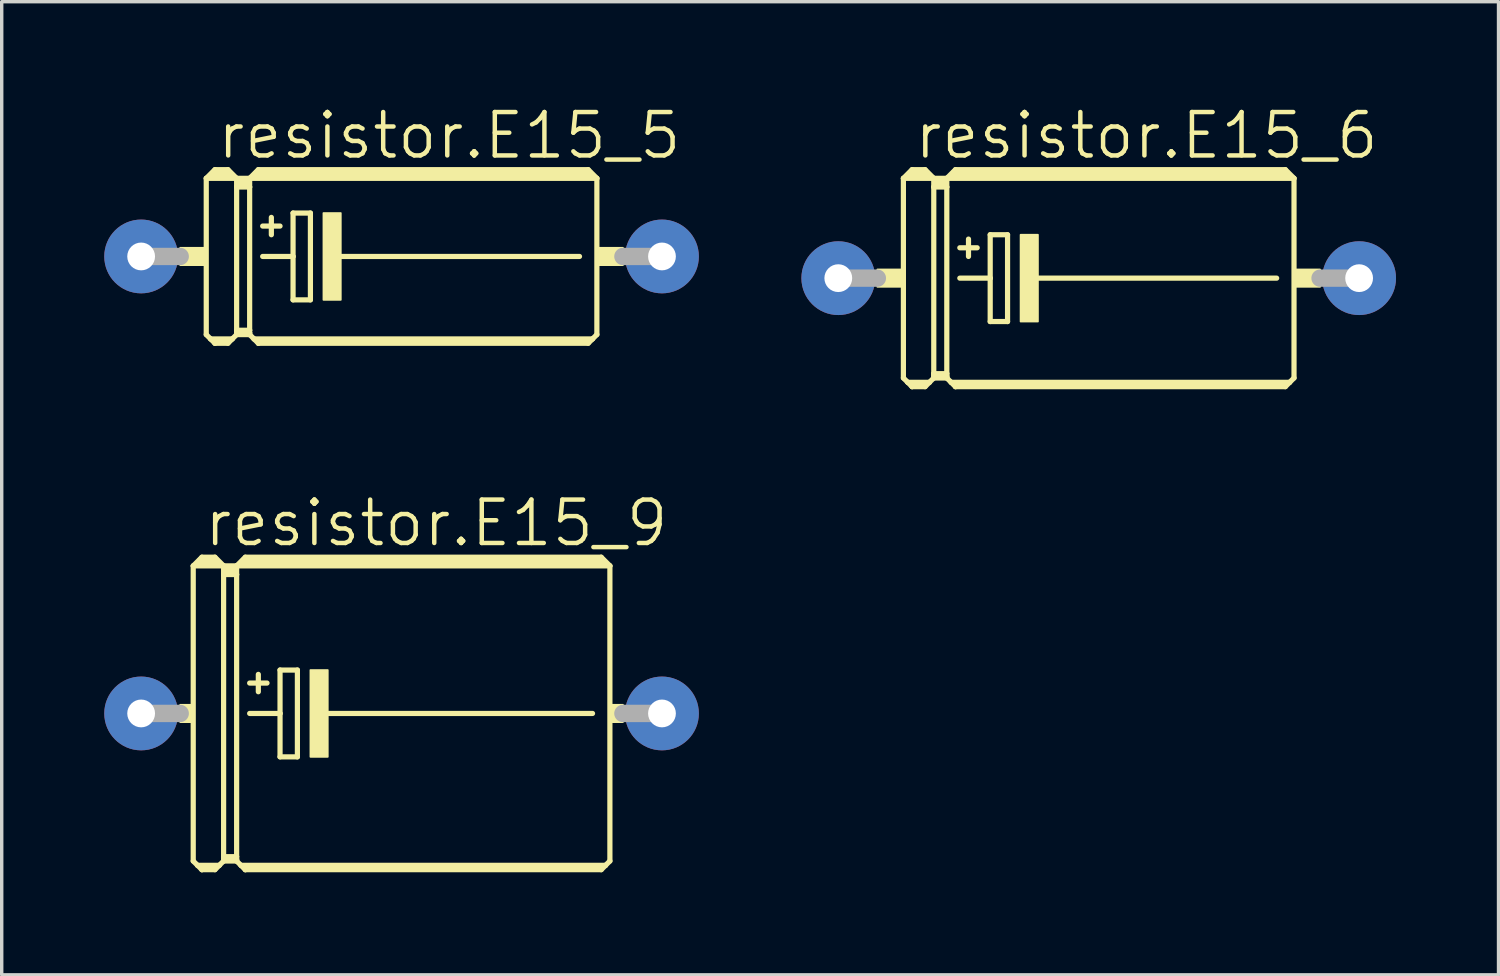
<source format=kicad_pcb>
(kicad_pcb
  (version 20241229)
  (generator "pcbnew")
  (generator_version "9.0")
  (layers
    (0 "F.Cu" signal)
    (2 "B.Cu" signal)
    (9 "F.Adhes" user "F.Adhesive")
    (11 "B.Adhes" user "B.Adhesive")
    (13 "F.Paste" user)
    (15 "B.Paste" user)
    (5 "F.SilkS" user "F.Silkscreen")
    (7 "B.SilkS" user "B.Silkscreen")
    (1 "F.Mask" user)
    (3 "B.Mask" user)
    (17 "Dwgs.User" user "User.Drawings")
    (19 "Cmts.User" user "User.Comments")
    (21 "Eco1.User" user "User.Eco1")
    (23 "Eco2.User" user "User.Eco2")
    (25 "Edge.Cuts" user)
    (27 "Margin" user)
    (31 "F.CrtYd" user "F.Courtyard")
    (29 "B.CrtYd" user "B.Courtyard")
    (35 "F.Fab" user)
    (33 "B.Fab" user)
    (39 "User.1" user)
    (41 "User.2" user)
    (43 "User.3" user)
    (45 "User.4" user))
  (footprint "resistor.E15_6"
    (layer "F.Cu")
    (at 29.099 5.089)
    (property "Reference" "resistor.E15_6" (at -5.461 -3.429 0) (layer "F.SilkS") (effects (font (size 1.27 1.27) (thickness 0.13)) (justify left bottom)))
    (attr through_hole)
    (fp_line (start -5.715 -2.921) (end -4.826 -2.921) (stroke (width 0.152) (type default)) (layer "F.SilkS"))
    (fp_line (start -5.715 2.921) (end -5.715 -2.921) (stroke (width 0.152) (type default)) (layer "F.SilkS"))
    (fp_line (start -5.715 2.921) (end -5.588 3.048) (stroke (width 0.152) (type default)) (layer "F.SilkS"))
    (fp_line (start -5.588 3.048) (end -5.461 3.175) (stroke (width 0.152) (type default)) (layer "F.SilkS"))
    (fp_line (start -5.588 3.048) (end -4.953 3.048) (stroke (width 0.152) (type default)) (layer "F.SilkS"))
    (fp_line (start -5.461 -3.175) (end -5.715 -2.921) (stroke (width 0.152) (type default)) (layer "F.SilkS"))
    (fp_line (start -5.461 -3.175) (end -5.08 -3.175) (stroke (width 0.152) (type default)) (layer "F.SilkS"))
    (fp_line (start -5.461 -3.048) (end -5.08 -3.048) (stroke (width 0.305) (type default)) (layer "F.SilkS"))
    (fp_line (start -5.461 3.124) (end -5.461 3.175) (stroke (width 0.152) (type default)) (layer "F.SilkS"))
    (fp_line (start -5.461 3.175) (end -5.08 3.175) (stroke (width 0.152) (type default)) (layer "F.SilkS"))
    (fp_line (start -5.08 -3.175) (end -4.826 -2.921) (stroke (width 0.152) (type default)) (layer "F.SilkS"))
    (fp_line (start -5.08 3.124) (end -5.461 3.124) (stroke (width 0.152) (type default)) (layer "F.SilkS"))
    (fp_line (start -5.08 3.175) (end -4.953 3.048) (stroke (width 0.152) (type default)) (layer "F.SilkS"))
    (fp_line (start -4.953 3.048) (end -4.826 2.921) (stroke (width 0.152) (type default)) (layer "F.SilkS"))
    (fp_line (start -4.826 -2.921) (end -4.826 -2.667) (stroke (width 0.152) (type default)) (layer "F.SilkS"))
    (fp_line (start -4.826 -2.921) (end -4.445 -2.921) (stroke (width 0.152) (type default)) (layer "F.SilkS"))
    (fp_line (start -4.826 -2.667) (end -4.826 2.794) (stroke (width 0.152) (type default)) (layer "F.SilkS"))
    (fp_line (start -4.826 -2.667) (end -4.445 -2.667) (stroke (width 0.152) (type default)) (layer "F.SilkS"))
    (fp_line (start -4.826 2.794) (end -4.826 2.87) (stroke (width 0.152) (type default)) (layer "F.SilkS"))
    (fp_line (start -4.826 2.794) (end -4.445 2.794) (stroke (width 0.152) (type default)) (layer "F.SilkS"))
    (fp_line (start -4.826 2.87) (end -4.826 2.921) (stroke (width 0.152) (type default)) (layer "F.SilkS"))
    (fp_line (start -4.826 2.921) (end -4.445 2.921) (stroke (width 0.152) (type default)) (layer "F.SilkS"))
    (fp_line (start -4.699 -2.794) (end -4.572 -2.794) (stroke (width 0.305) (type default)) (layer "F.SilkS"))
    (fp_line (start -4.445 -2.921) (end -4.445 -2.667) (stroke (width 0.152) (type default)) (layer "F.SilkS"))
    (fp_line (start -4.445 -2.921) (end -4.191 -3.175) (stroke (width 0.152) (type default)) (layer "F.SilkS"))
    (fp_line (start -4.445 -2.921) (end 5.715 -2.921) (stroke (width 0.152) (type default)) (layer "F.SilkS"))
    (fp_line (start -4.445 -2.667) (end -4.445 2.794) (stroke (width 0.152) (type default)) (layer "F.SilkS"))
    (fp_line (start -4.445 2.794) (end -4.445 2.87) (stroke (width 0.152) (type default)) (layer "F.SilkS"))
    (fp_line (start -4.445 2.87) (end -4.826 2.87) (stroke (width 0.152) (type default)) (layer "F.SilkS"))
    (fp_line (start -4.445 2.87) (end -4.445 2.921) (stroke (width 0.152) (type default)) (layer "F.SilkS"))
    (fp_line (start -4.445 2.921) (end -4.318 3.048) (stroke (width 0.152) (type default)) (layer "F.SilkS"))
    (fp_line (start -4.318 3.048) (end -4.191 3.175) (stroke (width 0.152) (type default)) (layer "F.SilkS"))
    (fp_line (start -4.318 3.048) (end 5.588 3.048) (stroke (width 0.152) (type default)) (layer "F.SilkS"))
    (fp_line (start -4.191 -3.175) (end 5.461 -3.175) (stroke (width 0.152) (type default)) (layer "F.SilkS"))
    (fp_line (start -4.191 -3.048) (end 5.461 -3.048) (stroke (width 0.305) (type default)) (layer "F.SilkS"))
    (fp_line (start -4.191 3.124) (end -4.191 3.175) (stroke (width 0.152) (type default)) (layer "F.SilkS"))
    (fp_line (start -4.191 3.175) (end 5.461 3.175) (stroke (width 0.152) (type default)) (layer "F.SilkS"))
    (fp_line (start -4.064 -0.889) (end -3.556 -0.889) (stroke (width 0.152) (type default)) (layer "F.SilkS"))
    (fp_line (start -4.064 0) (end -3.175 0) (stroke (width 0.152) (type default)) (layer "F.SilkS"))
    (fp_line (start -3.81 -1.143) (end -3.81 -0.635) (stroke (width 0.152) (type default)) (layer "F.SilkS"))
    (fp_line (start -3.175 -1.27) (end -3.175 0) (stroke (width 0.152) (type default)) (layer "F.SilkS"))
    (fp_line (start -3.175 0) (end -3.175 1.27) (stroke (width 0.152) (type default)) (layer "F.SilkS"))
    (fp_line (start -3.175 1.27) (end -2.667 1.27) (stroke (width 0.152) (type default)) (layer "F.SilkS"))
    (fp_line (start -2.667 -1.27) (end -3.175 -1.27) (stroke (width 0.152) (type default)) (layer "F.SilkS"))
    (fp_line (start -2.667 1.27) (end -2.667 -1.27) (stroke (width 0.152) (type default)) (layer "F.SilkS"))
    (fp_line (start -1.905 0) (end 5.207 0) (stroke (width 0.152) (type default)) (layer "F.SilkS"))
    (fp_line (start 5.461 3.124) (end -4.191 3.124) (stroke (width 0.152) (type default)) (layer "F.SilkS"))
    (fp_line (start 5.588 3.048) (end 5.461 3.175) (stroke (width 0.152) (type default)) (layer "F.SilkS"))
    (fp_line (start 5.715 -2.921) (end 5.461 -3.175) (stroke (width 0.152) (type default)) (layer "F.SilkS"))
    (fp_line (start 5.715 -2.921) (end 5.715 2.921) (stroke (width 0.152) (type default)) (layer "F.SilkS"))
    (fp_line (start 5.715 2.921) (end 5.588 3.048) (stroke (width 0.152) (type default)) (layer "F.SilkS"))
    (fp_rect (start -6.477 0.254) (end -5.715 -0.254) (stroke (width 0.05) (type default)) (fill yes) (layer "F.SilkS"))
    (fp_rect (start -2.286 1.27) (end -1.778 -1.27) (stroke (width 0.05) (type default)) (fill yes) (layer "F.SilkS"))
    (fp_rect (start 5.715 0.254) (end 6.477 -0.254) (stroke (width 0.05) (type default)) (fill yes) (layer "F.SilkS"))
    (fp_line (start -7.62 0) (end -6.477 0) (stroke (width 0.508) (type default)) (layer "F.Fab"))
    (fp_line (start 7.62 0) (end 6.477 0) (stroke (width 0.508) (type default)) (layer "F.Fab"))
    (pad "+" thru_hole circle (at -7.62 0) (size 2.159 2.159) (drill 0.813) (layers "*.Cu" "*.Mask"))
    (pad "-" thru_hole circle (at 7.62 0) (size 2.159 2.159) (drill 0.813) (layers "*.Cu" "*.Mask")))
  (footprint "resistor.E15_9"
    (layer "F.Cu")
    (at 8.7 17.826)
    (property "Reference" "resistor.E15_9" (at -5.842 -4.826 0) (layer "F.SilkS") (effects (font (size 1.27 1.27) (thickness 0.13)) (justify left bottom)))
    (attr through_hole)
    (fp_line (start -6.096 -4.318) (end -5.207 -4.318) (stroke (width 0.152) (type default)) (layer "F.SilkS"))
    (fp_line (start -6.096 4.318) (end -6.096 -4.318) (stroke (width 0.152) (type default)) (layer "F.SilkS"))
    (fp_line (start -6.096 4.318) (end -5.969 4.445) (stroke (width 0.152) (type default)) (layer "F.SilkS"))
    (fp_line (start -5.969 4.445) (end -5.842 4.572) (stroke (width 0.152) (type default)) (layer "F.SilkS"))
    (fp_line (start -5.969 4.445) (end -5.334 4.445) (stroke (width 0.152) (type default)) (layer "F.SilkS"))
    (fp_line (start -5.842 -4.572) (end -6.096 -4.318) (stroke (width 0.152) (type default)) (layer "F.SilkS"))
    (fp_line (start -5.842 -4.572) (end -5.461 -4.572) (stroke (width 0.152) (type default)) (layer "F.SilkS"))
    (fp_line (start -5.842 -4.445) (end -5.461 -4.445) (stroke (width 0.305) (type default)) (layer "F.SilkS"))
    (fp_line (start -5.842 4.521) (end -5.842 4.572) (stroke (width 0.152) (type default)) (layer "F.SilkS"))
    (fp_line (start -5.842 4.572) (end -5.461 4.572) (stroke (width 0.152) (type default)) (layer "F.SilkS"))
    (fp_line (start -5.461 -4.572) (end -5.207 -4.318) (stroke (width 0.152) (type default)) (layer "F.SilkS"))
    (fp_line (start -5.461 4.521) (end -5.842 4.521) (stroke (width 0.152) (type default)) (layer "F.SilkS"))
    (fp_line (start -5.461 4.572) (end -5.334 4.445) (stroke (width 0.152) (type default)) (layer "F.SilkS"))
    (fp_line (start -5.334 4.445) (end -5.207 4.318) (stroke (width 0.152) (type default)) (layer "F.SilkS"))
    (fp_line (start -5.207 -4.318) (end -5.207 -4.064) (stroke (width 0.152) (type default)) (layer "F.SilkS"))
    (fp_line (start -5.207 -4.318) (end -4.826 -4.318) (stroke (width 0.152) (type default)) (layer "F.SilkS"))
    (fp_line (start -5.207 -4.064) (end -5.207 4.191) (stroke (width 0.152) (type default)) (layer "F.SilkS"))
    (fp_line (start -5.207 -4.064) (end -4.826 -4.064) (stroke (width 0.152) (type default)) (layer "F.SilkS"))
    (fp_line (start -5.207 4.191) (end -5.207 4.267) (stroke (width 0.152) (type default)) (layer "F.SilkS"))
    (fp_line (start -5.207 4.191) (end -4.826 4.191) (stroke (width 0.152) (type default)) (layer "F.SilkS"))
    (fp_line (start -5.207 4.267) (end -5.207 4.318) (stroke (width 0.152) (type default)) (layer "F.SilkS"))
    (fp_line (start -5.207 4.318) (end -4.826 4.318) (stroke (width 0.152) (type default)) (layer "F.SilkS"))
    (fp_line (start -5.08 -4.191) (end -4.953 -4.191) (stroke (width 0.305) (type default)) (layer "F.SilkS"))
    (fp_line (start -4.826 -4.318) (end -4.826 -4.064) (stroke (width 0.152) (type default)) (layer "F.SilkS"))
    (fp_line (start -4.826 -4.318) (end -4.572 -4.572) (stroke (width 0.152) (type default)) (layer "F.SilkS"))
    (fp_line (start -4.826 -4.318) (end 6.096 -4.318) (stroke (width 0.152) (type default)) (layer "F.SilkS"))
    (fp_line (start -4.826 -4.064) (end -4.826 4.191) (stroke (width 0.152) (type default)) (layer "F.SilkS"))
    (fp_line (start -4.826 4.191) (end -4.826 4.267) (stroke (width 0.152) (type default)) (layer "F.SilkS"))
    (fp_line (start -4.826 4.267) (end -5.207 4.267) (stroke (width 0.152) (type default)) (layer "F.SilkS"))
    (fp_line (start -4.826 4.267) (end -4.826 4.318) (stroke (width 0.152) (type default)) (layer "F.SilkS"))
    (fp_line (start -4.826 4.318) (end -4.699 4.445) (stroke (width 0.152) (type default)) (layer "F.SilkS"))
    (fp_line (start -4.699 4.445) (end -4.572 4.572) (stroke (width 0.152) (type default)) (layer "F.SilkS"))
    (fp_line (start -4.699 4.445) (end 5.969 4.445) (stroke (width 0.152) (type default)) (layer "F.SilkS"))
    (fp_line (start -4.572 -4.572) (end 5.842 -4.572) (stroke (width 0.152) (type default)) (layer "F.SilkS"))
    (fp_line (start -4.572 -4.445) (end 5.842 -4.445) (stroke (width 0.305) (type default)) (layer "F.SilkS"))
    (fp_line (start -4.572 4.521) (end -4.572 4.572) (stroke (width 0.152) (type default)) (layer "F.SilkS"))
    (fp_line (start -4.572 4.572) (end 5.842 4.572) (stroke (width 0.152) (type default)) (layer "F.SilkS"))
    (fp_line (start -4.445 -0.889) (end -3.937 -0.889) (stroke (width 0.152) (type default)) (layer "F.SilkS"))
    (fp_line (start -4.445 0) (end -3.556 0) (stroke (width 0.152) (type default)) (layer "F.SilkS"))
    (fp_line (start -4.191 -1.143) (end -4.191 -0.635) (stroke (width 0.152) (type default)) (layer "F.SilkS"))
    (fp_line (start -3.556 -1.27) (end -3.556 0) (stroke (width 0.152) (type default)) (layer "F.SilkS"))
    (fp_line (start -3.556 0) (end -3.556 1.27) (stroke (width 0.152) (type default)) (layer "F.SilkS"))
    (fp_line (start -3.556 1.27) (end -3.048 1.27) (stroke (width 0.152) (type default)) (layer "F.SilkS"))
    (fp_line (start -3.048 -1.27) (end -3.556 -1.27) (stroke (width 0.152) (type default)) (layer "F.SilkS"))
    (fp_line (start -3.048 1.27) (end -3.048 -1.27) (stroke (width 0.152) (type default)) (layer "F.SilkS"))
    (fp_line (start -2.286 0) (end 5.588 0) (stroke (width 0.152) (type default)) (layer "F.SilkS"))
    (fp_line (start 5.842 4.521) (end -4.572 4.521) (stroke (width 0.152) (type default)) (layer "F.SilkS"))
    (fp_line (start 5.969 4.445) (end 5.842 4.572) (stroke (width 0.152) (type default)) (layer "F.SilkS"))
    (fp_line (start 6.096 -4.318) (end 5.842 -4.572) (stroke (width 0.152) (type default)) (layer "F.SilkS"))
    (fp_line (start 6.096 -4.318) (end 6.096 4.318) (stroke (width 0.152) (type default)) (layer "F.SilkS"))
    (fp_line (start 6.096 4.318) (end 5.969 4.445) (stroke (width 0.152) (type default)) (layer "F.SilkS"))
    (fp_rect (start -6.477 0.254) (end -6.096 -0.254) (stroke (width 0.05) (type default)) (fill yes) (layer "F.SilkS"))
    (fp_rect (start -2.667 1.27) (end -2.159 -1.27) (stroke (width 0.05) (type default)) (fill yes) (layer "F.SilkS"))
    (fp_rect (start 6.096 0.254) (end 6.477 -0.254) (stroke (width 0.05) (type default)) (fill yes) (layer "F.SilkS"))
    (fp_line (start -7.62 0) (end -6.477 0) (stroke (width 0.508) (type default)) (layer "F.Fab"))
    (fp_line (start 7.62 0) (end 6.477 0) (stroke (width 0.508) (type default)) (layer "F.Fab"))
    (pad "+" thru_hole circle (at -7.62 0) (size 2.159 2.159) (drill 0.813) (layers "*.Cu" "*.Mask"))
    (pad "-" thru_hole circle (at 7.62 0) (size 2.159 2.159) (drill 0.813) (layers "*.Cu" "*.Mask")))
  (footprint "resistor.E15_5"
    (layer "F.Cu")
    (at 8.7 4.454)
    (property "Reference" "resistor.E15_5" (at -5.461 -2.794 0) (layer "F.SilkS") (effects (font (size 1.27 1.27) (thickness 0.13)) (justify left bottom)))
    (attr through_hole)
    (fp_line (start -5.715 -2.286) (end -4.826 -2.286) (stroke (width 0.152) (type default)) (layer "F.SilkS"))
    (fp_line (start -5.715 2.286) (end -5.715 -2.286) (stroke (width 0.152) (type default)) (layer "F.SilkS"))
    (fp_line (start -5.715 2.286) (end -5.588 2.413) (stroke (width 0.152) (type default)) (layer "F.SilkS"))
    (fp_line (start -5.588 2.413) (end -5.461 2.54) (stroke (width 0.152) (type default)) (layer "F.SilkS"))
    (fp_line (start -5.588 2.413) (end -4.953 2.413) (stroke (width 0.152) (type default)) (layer "F.SilkS"))
    (fp_line (start -5.461 -2.54) (end -5.715 -2.286) (stroke (width 0.152) (type default)) (layer "F.SilkS"))
    (fp_line (start -5.461 -2.54) (end -5.08 -2.54) (stroke (width 0.152) (type default)) (layer "F.SilkS"))
    (fp_line (start -5.461 -2.413) (end -5.08 -2.413) (stroke (width 0.305) (type default)) (layer "F.SilkS"))
    (fp_line (start -5.461 2.489) (end -5.461 2.54) (stroke (width 0.152) (type default)) (layer "F.SilkS"))
    (fp_line (start -5.461 2.54) (end -5.08 2.54) (stroke (width 0.152) (type default)) (layer "F.SilkS"))
    (fp_line (start -5.08 -2.54) (end -4.826 -2.286) (stroke (width 0.152) (type default)) (layer "F.SilkS"))
    (fp_line (start -5.08 2.489) (end -5.461 2.489) (stroke (width 0.152) (type default)) (layer "F.SilkS"))
    (fp_line (start -5.08 2.54) (end -4.953 2.413) (stroke (width 0.152) (type default)) (layer "F.SilkS"))
    (fp_line (start -4.953 2.413) (end -4.826 2.286) (stroke (width 0.152) (type default)) (layer "F.SilkS"))
    (fp_line (start -4.826 -2.286) (end -4.826 -2.032) (stroke (width 0.152) (type default)) (layer "F.SilkS"))
    (fp_line (start -4.826 -2.286) (end -4.445 -2.286) (stroke (width 0.152) (type default)) (layer "F.SilkS"))
    (fp_line (start -4.826 -2.032) (end -4.826 2.159) (stroke (width 0.152) (type default)) (layer "F.SilkS"))
    (fp_line (start -4.826 -2.032) (end -4.445 -2.032) (stroke (width 0.152) (type default)) (layer "F.SilkS"))
    (fp_line (start -4.826 2.159) (end -4.826 2.235) (stroke (width 0.152) (type default)) (layer "F.SilkS"))
    (fp_line (start -4.826 2.159) (end -4.445 2.159) (stroke (width 0.152) (type default)) (layer "F.SilkS"))
    (fp_line (start -4.826 2.235) (end -4.826 2.286) (stroke (width 0.152) (type default)) (layer "F.SilkS"))
    (fp_line (start -4.826 2.286) (end -4.445 2.286) (stroke (width 0.152) (type default)) (layer "F.SilkS"))
    (fp_line (start -4.699 -2.159) (end -4.572 -2.159) (stroke (width 0.305) (type default)) (layer "F.SilkS"))
    (fp_line (start -4.445 -2.286) (end -4.445 -2.032) (stroke (width 0.152) (type default)) (layer "F.SilkS"))
    (fp_line (start -4.445 -2.286) (end -4.191 -2.54) (stroke (width 0.152) (type default)) (layer "F.SilkS"))
    (fp_line (start -4.445 -2.286) (end 5.715 -2.286) (stroke (width 0.152) (type default)) (layer "F.SilkS"))
    (fp_line (start -4.445 -2.032) (end -4.445 2.159) (stroke (width 0.152) (type default)) (layer "F.SilkS"))
    (fp_line (start -4.445 2.159) (end -4.445 2.235) (stroke (width 0.152) (type default)) (layer "F.SilkS"))
    (fp_line (start -4.445 2.235) (end -4.826 2.235) (stroke (width 0.152) (type default)) (layer "F.SilkS"))
    (fp_line (start -4.445 2.235) (end -4.445 2.286) (stroke (width 0.152) (type default)) (layer "F.SilkS"))
    (fp_line (start -4.445 2.286) (end -4.318 2.413) (stroke (width 0.152) (type default)) (layer "F.SilkS"))
    (fp_line (start -4.318 2.413) (end -4.191 2.54) (stroke (width 0.152) (type default)) (layer "F.SilkS"))
    (fp_line (start -4.318 2.413) (end 5.588 2.413) (stroke (width 0.152) (type default)) (layer "F.SilkS"))
    (fp_line (start -4.191 -2.54) (end 5.461 -2.54) (stroke (width 0.152) (type default)) (layer "F.SilkS"))
    (fp_line (start -4.191 -2.413) (end 5.461 -2.413) (stroke (width 0.305) (type default)) (layer "F.SilkS"))
    (fp_line (start -4.191 2.489) (end -4.191 2.54) (stroke (width 0.152) (type default)) (layer "F.SilkS"))
    (fp_line (start -4.191 2.54) (end 5.461 2.54) (stroke (width 0.152) (type default)) (layer "F.SilkS"))
    (fp_line (start -4.064 -0.889) (end -3.556 -0.889) (stroke (width 0.152) (type default)) (layer "F.SilkS"))
    (fp_line (start -4.064 0) (end -3.175 0) (stroke (width 0.152) (type default)) (layer "F.SilkS"))
    (fp_line (start -3.81 -1.143) (end -3.81 -0.635) (stroke (width 0.152) (type default)) (layer "F.SilkS"))
    (fp_line (start -3.175 -1.27) (end -3.175 0) (stroke (width 0.152) (type default)) (layer "F.SilkS"))
    (fp_line (start -3.175 0) (end -3.175 1.27) (stroke (width 0.152) (type default)) (layer "F.SilkS"))
    (fp_line (start -3.175 1.27) (end -2.667 1.27) (stroke (width 0.152) (type default)) (layer "F.SilkS"))
    (fp_line (start -2.667 -1.27) (end -3.175 -1.27) (stroke (width 0.152) (type default)) (layer "F.SilkS"))
    (fp_line (start -2.667 1.27) (end -2.667 -1.27) (stroke (width 0.152) (type default)) (layer "F.SilkS"))
    (fp_line (start -1.905 0) (end 5.207 0) (stroke (width 0.152) (type default)) (layer "F.SilkS"))
    (fp_line (start 5.461 2.489) (end -4.191 2.489) (stroke (width 0.152) (type default)) (layer "F.SilkS"))
    (fp_line (start 5.588 2.413) (end 5.461 2.54) (stroke (width 0.152) (type default)) (layer "F.SilkS"))
    (fp_line (start 5.715 -2.286) (end 5.461 -2.54) (stroke (width 0.152) (type default)) (layer "F.SilkS"))
    (fp_line (start 5.715 -2.286) (end 5.715 2.286) (stroke (width 0.152) (type default)) (layer "F.SilkS"))
    (fp_line (start 5.715 2.286) (end 5.588 2.413) (stroke (width 0.152) (type default)) (layer "F.SilkS"))
    (fp_rect (start -6.477 0.254) (end -5.715 -0.254) (stroke (width 0.05) (type default)) (fill yes) (layer "F.SilkS"))
    (fp_rect (start -2.286 1.27) (end -1.778 -1.27) (stroke (width 0.05) (type default)) (fill yes) (layer "F.SilkS"))
    (fp_rect (start 5.715 0.254) (end 6.477 -0.254) (stroke (width 0.05) (type default)) (fill yes) (layer "F.SilkS"))
    (fp_line (start -7.62 0) (end -6.477 0) (stroke (width 0.508) (type default)) (layer "F.Fab"))
    (fp_line (start 7.62 0) (end 6.477 0) (stroke (width 0.508) (type default)) (layer "F.Fab"))
    (pad "+" thru_hole circle (at -7.62 0) (size 2.159 2.159) (drill 0.813) (layers "*.Cu" "*.Mask"))
    (pad "-" thru_hole circle (at 7.62 0) (size 2.159 2.159) (drill 0.813) (layers "*.Cu" "*.Mask")))
  (gr_rect
    (start -3 -3)
    (end 40.798 25.474)
    (stroke (width 0.1) (type default))
    (fill no)
    (layer "Edge.Cuts")))
</source>
